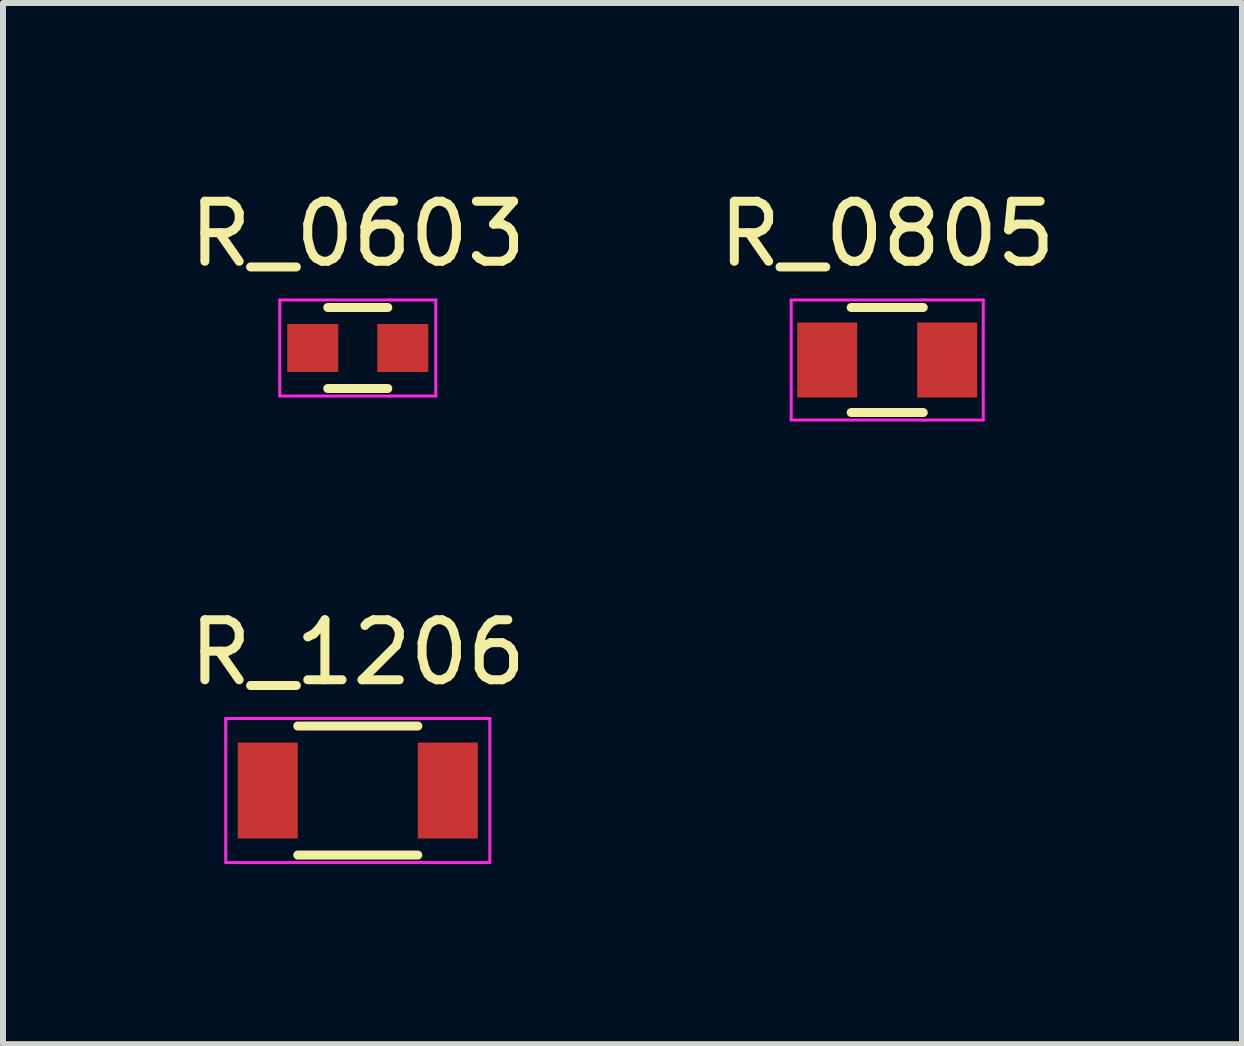
<source format=kicad_pcb>
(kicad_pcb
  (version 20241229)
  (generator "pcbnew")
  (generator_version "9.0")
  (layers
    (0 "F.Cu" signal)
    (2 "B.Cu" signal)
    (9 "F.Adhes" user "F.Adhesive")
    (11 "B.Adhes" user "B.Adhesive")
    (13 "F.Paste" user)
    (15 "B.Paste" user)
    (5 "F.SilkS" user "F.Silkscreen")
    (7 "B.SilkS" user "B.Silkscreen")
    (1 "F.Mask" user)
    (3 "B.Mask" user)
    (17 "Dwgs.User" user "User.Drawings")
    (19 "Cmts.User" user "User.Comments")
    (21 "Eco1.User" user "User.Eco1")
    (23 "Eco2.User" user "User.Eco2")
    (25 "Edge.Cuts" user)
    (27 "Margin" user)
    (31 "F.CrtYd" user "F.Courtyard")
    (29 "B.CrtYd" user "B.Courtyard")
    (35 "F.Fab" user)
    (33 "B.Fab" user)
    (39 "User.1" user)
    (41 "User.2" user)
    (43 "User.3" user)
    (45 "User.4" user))
  (footprint "R_1206"
    (layer "F.Cu")
    (at 2.911 10.121)
    (property "Reference" "R_1206" (at 0 -2.3 0) (layer "F.SilkS") (effects (font (size 1 1) (thickness 0.15))))
    (attr smd)
    (fp_line (start -1 -1.075) (end 1 -1.075) (stroke (width 0.15) (type solid)) (layer "F.SilkS"))
    (fp_line (start 1 1.075) (end -1 1.075) (stroke (width 0.15) (type solid)) (layer "F.SilkS"))
    (fp_line (start -2.2 -1.2) (end -2.2 1.2) (stroke (width 0.05) (type solid)) (layer "F.CrtYd"))
    (fp_line (start -2.2 -1.2) (end 2.2 -1.2) (stroke (width 0.05) (type solid)) (layer "F.CrtYd"))
    (fp_line (start -2.2 1.2) (end 2.2 1.2) (stroke (width 0.05) (type solid)) (layer "F.CrtYd"))
    (fp_line (start 2.2 -1.2) (end 2.2 1.2) (stroke (width 0.05) (type solid)) (layer "F.CrtYd"))
    (pad "1" smd rect (at -1.5 0) (size 1 1.6) (layers "F.Cu" "F.Mask" "F.Paste"))
    (pad "2" smd rect (at 1.5 0) (size 1 1.6) (layers "F.Cu" "F.Mask" "F.Paste")))
  (footprint "R_0805"
    (layer "F.Cu")
    (at 11.732 2.948)
    (property "Reference" "R_0805" (at 0 -2.1 0) (layer "F.SilkS") (effects (font (size 1 1) (thickness 0.15))))
    (attr smd)
    (fp_line (start -0.6 -0.875) (end 0.6 -0.875) (stroke (width 0.15) (type solid)) (layer "F.SilkS"))
    (fp_line (start 0.6 0.875) (end -0.6 0.875) (stroke (width 0.15) (type solid)) (layer "F.SilkS"))
    (fp_line (start -1.6 -1) (end -1.6 1) (stroke (width 0.05) (type solid)) (layer "F.CrtYd"))
    (fp_line (start -1.6 -1) (end 1.6 -1) (stroke (width 0.05) (type solid)) (layer "F.CrtYd"))
    (fp_line (start -1.6 1) (end 1.6 1) (stroke (width 0.05) (type solid)) (layer "F.CrtYd"))
    (fp_line (start 1.6 -1) (end 1.6 1) (stroke (width 0.05) (type solid)) (layer "F.CrtYd"))
    (pad "1" smd rect (at -1 0) (size 1 1.25) (layers "F.Cu" "F.Mask" "F.Paste"))
    (pad "2" smd rect (at 1 0) (size 1 1.25) (layers "F.Cu" "F.Mask" "F.Paste")))
  (footprint "R_0603"
    (layer "F.Cu")
    (at 2.911 2.748)
    (property "Reference" "R_0603" (at 0 -1.9 0) (layer "F.SilkS") (effects (font (size 1 1) (thickness 0.15))))
    (attr smd)
    (fp_line (start -0.5 -0.675) (end 0.5 -0.675) (stroke (width 0.15) (type solid)) (layer "F.SilkS"))
    (fp_line (start 0.5 0.675) (end -0.5 0.675) (stroke (width 0.15) (type solid)) (layer "F.SilkS"))
    (fp_line (start -1.3 -0.8) (end -1.3 0.8) (stroke (width 0.05) (type solid)) (layer "F.CrtYd"))
    (fp_line (start -1.3 -0.8) (end 1.3 -0.8) (stroke (width 0.05) (type solid)) (layer "F.CrtYd"))
    (fp_line (start -1.3 0.8) (end 1.3 0.8) (stroke (width 0.05) (type solid)) (layer "F.CrtYd"))
    (fp_line (start 1.3 -0.8) (end 1.3 0.8) (stroke (width 0.05) (type solid)) (layer "F.CrtYd"))
    (pad "1" smd rect (at -0.75 0) (size 0.85 0.8) (layers "F.Cu" "F.Mask" "F.Paste"))
    (pad "2" smd rect (at 0.75 0) (size 0.85 0.8) (layers "F.Cu" "F.Mask" "F.Paste")))
  (gr_rect
    (start -3 -3)
    (end 17.643 14.347)
    (stroke (width 0.1) (type default))
    (fill no)
    (layer "Edge.Cuts")))
</source>
